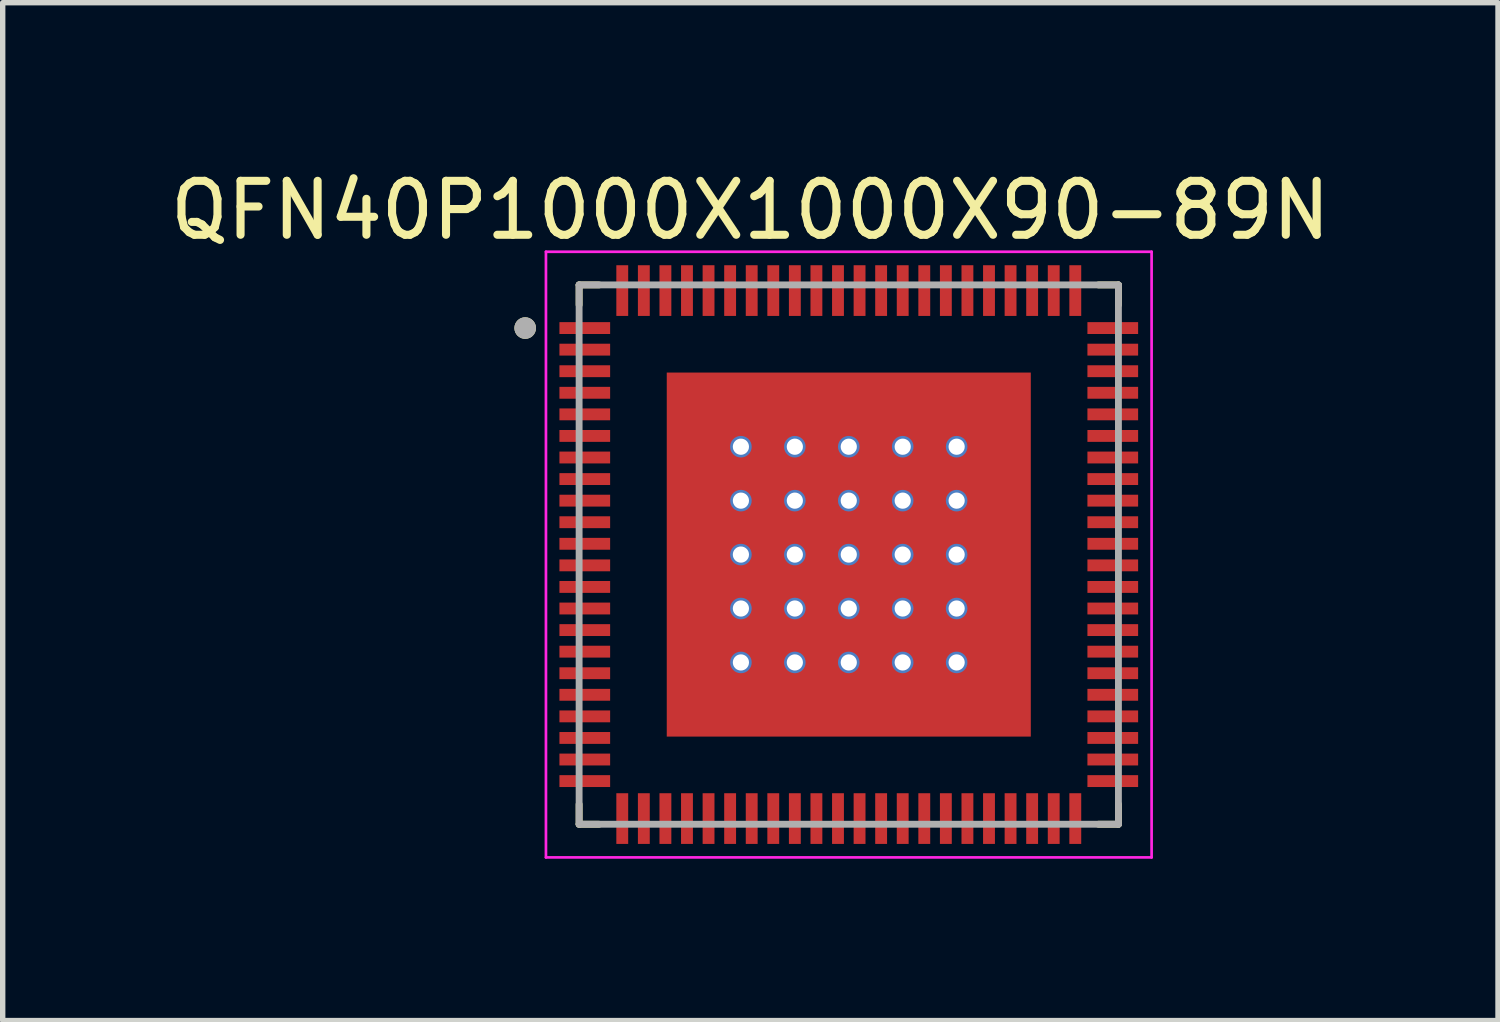
<source format=kicad_pcb>
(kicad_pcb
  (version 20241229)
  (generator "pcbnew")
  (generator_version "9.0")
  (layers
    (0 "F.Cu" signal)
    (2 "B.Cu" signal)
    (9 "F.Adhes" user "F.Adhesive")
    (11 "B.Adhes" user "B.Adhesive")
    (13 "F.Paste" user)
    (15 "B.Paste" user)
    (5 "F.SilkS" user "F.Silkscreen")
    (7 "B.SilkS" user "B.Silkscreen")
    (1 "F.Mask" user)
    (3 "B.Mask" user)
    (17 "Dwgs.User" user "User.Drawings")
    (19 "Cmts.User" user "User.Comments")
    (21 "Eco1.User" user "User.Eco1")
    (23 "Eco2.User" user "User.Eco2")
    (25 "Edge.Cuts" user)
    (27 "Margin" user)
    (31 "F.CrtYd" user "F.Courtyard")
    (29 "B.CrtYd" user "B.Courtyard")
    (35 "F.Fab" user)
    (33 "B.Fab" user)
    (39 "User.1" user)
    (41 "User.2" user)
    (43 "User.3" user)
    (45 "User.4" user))
  (footprint "QFN40P1000X1000X90-89N"
    (layer "F.Cu")
    (at 12.688 7.233)
    (property "Reference" "QFN40P1000X1000X90-89N" (at -1.825 -6.385 0) (layer "F.SilkS") (effects (font (size 1 1) (thickness 0.15))))
    (attr smd)
    (fp_poly (pts (xy -5.415 -4.36) (xy -4.375 -4.36) (xy -4.375 -4.04) (xy -5.415 -4.04)) (stroke (width 0.01) (type solid)) (fill yes) (layer "F.Mask"))
    (fp_poly (pts (xy -5.415 -3.96) (xy -4.375 -3.96) (xy -4.375 -3.64) (xy -5.415 -3.64)) (stroke (width 0.01) (type solid)) (fill yes) (layer "F.Mask"))
    (fp_poly (pts (xy -5.415 -3.56) (xy -4.375 -3.56) (xy -4.375 -3.24) (xy -5.415 -3.24)) (stroke (width 0.01) (type solid)) (fill yes) (layer "F.Mask"))
    (fp_poly (pts (xy -5.415 -3.16) (xy -4.375 -3.16) (xy -4.375 -2.84) (xy -5.415 -2.84)) (stroke (width 0.01) (type solid)) (fill yes) (layer "F.Mask"))
    (fp_poly (pts (xy -5.415 -2.76) (xy -4.375 -2.76) (xy -4.375 -2.44) (xy -5.415 -2.44)) (stroke (width 0.01) (type solid)) (fill yes) (layer "F.Mask"))
    (fp_poly (pts (xy -5.415 -2.36) (xy -4.375 -2.36) (xy -4.375 -2.04) (xy -5.415 -2.04)) (stroke (width 0.01) (type solid)) (fill yes) (layer "F.Mask"))
    (fp_poly (pts (xy -5.415 -1.96) (xy -4.375 -1.96) (xy -4.375 -1.64) (xy -5.415 -1.64)) (stroke (width 0.01) (type solid)) (fill yes) (layer "F.Mask"))
    (fp_poly (pts (xy -5.415 -1.56) (xy -4.375 -1.56) (xy -4.375 -1.24) (xy -5.415 -1.24)) (stroke (width 0.01) (type solid)) (fill yes) (layer "F.Mask"))
    (fp_poly (pts (xy -5.415 -1.16) (xy -4.375 -1.16) (xy -4.375 -0.84) (xy -5.415 -0.84)) (stroke (width 0.01) (type solid)) (fill yes) (layer "F.Mask"))
    (fp_poly (pts (xy -5.415 -0.76) (xy -4.375 -0.76) (xy -4.375 -0.44) (xy -5.415 -0.44)) (stroke (width 0.01) (type solid)) (fill yes) (layer "F.Mask"))
    (fp_poly (pts (xy -5.415 -0.36) (xy -4.375 -0.36) (xy -4.375 -0.04) (xy -5.415 -0.04)) (stroke (width 0.01) (type solid)) (fill yes) (layer "F.Mask"))
    (fp_poly (pts (xy -5.415 0.04) (xy -4.375 0.04) (xy -4.375 0.36) (xy -5.415 0.36)) (stroke (width 0.01) (type solid)) (fill yes) (layer "F.Mask"))
    (fp_poly (pts (xy -5.415 0.44) (xy -4.375 0.44) (xy -4.375 0.76) (xy -5.415 0.76)) (stroke (width 0.01) (type solid)) (fill yes) (layer "F.Mask"))
    (fp_poly (pts (xy -5.415 0.84) (xy -4.375 0.84) (xy -4.375 1.16) (xy -5.415 1.16)) (stroke (width 0.01) (type solid)) (fill yes) (layer "F.Mask"))
    (fp_poly (pts (xy -5.415 1.24) (xy -4.375 1.24) (xy -4.375 1.56) (xy -5.415 1.56)) (stroke (width 0.01) (type solid)) (fill yes) (layer "F.Mask"))
    (fp_poly (pts (xy -5.415 1.64) (xy -4.375 1.64) (xy -4.375 1.96) (xy -5.415 1.96)) (stroke (width 0.01) (type solid)) (fill yes) (layer "F.Mask"))
    (fp_poly (pts (xy -5.415 2.04) (xy -4.375 2.04) (xy -4.375 2.36) (xy -5.415 2.36)) (stroke (width 0.01) (type solid)) (fill yes) (layer "F.Mask"))
    (fp_poly (pts (xy -5.415 2.44) (xy -4.375 2.44) (xy -4.375 2.76) (xy -5.415 2.76)) (stroke (width 0.01) (type solid)) (fill yes) (layer "F.Mask"))
    (fp_poly (pts (xy -5.415 2.84) (xy -4.375 2.84) (xy -4.375 3.16) (xy -5.415 3.16)) (stroke (width 0.01) (type solid)) (fill yes) (layer "F.Mask"))
    (fp_poly (pts (xy -5.415 3.24) (xy -4.375 3.24) (xy -4.375 3.56) (xy -5.415 3.56)) (stroke (width 0.01) (type solid)) (fill yes) (layer "F.Mask"))
    (fp_poly (pts (xy -5.415 3.64) (xy -4.375 3.64) (xy -4.375 3.96) (xy -5.415 3.96)) (stroke (width 0.01) (type solid)) (fill yes) (layer "F.Mask"))
    (fp_poly (pts (xy -5.415 4.04) (xy -4.375 4.04) (xy -4.375 4.36) (xy -5.415 4.36)) (stroke (width 0.01) (type solid)) (fill yes) (layer "F.Mask"))
    (fp_poly (pts (xy -4.36 5.415) (xy -4.36 4.375) (xy -4.04 4.375) (xy -4.04 5.415)) (stroke (width 0.01) (type solid)) (fill yes) (layer "F.Mask"))
    (fp_poly (pts (xy -4.04 -5.415) (xy -4.04 -4.375) (xy -4.36 -4.375) (xy -4.36 -5.415)) (stroke (width 0.01) (type solid)) (fill yes) (layer "F.Mask"))
    (fp_poly (pts (xy -3.96 5.415) (xy -3.96 4.375) (xy -3.64 4.375) (xy -3.64 5.415)) (stroke (width 0.01) (type solid)) (fill yes) (layer "F.Mask"))
    (fp_poly (pts (xy -3.64 -5.415) (xy -3.64 -4.375) (xy -3.96 -4.375) (xy -3.96 -5.415)) (stroke (width 0.01) (type solid)) (fill yes) (layer "F.Mask"))
    (fp_poly (pts (xy -3.56 5.415) (xy -3.56 4.375) (xy -3.24 4.375) (xy -3.24 5.415)) (stroke (width 0.01) (type solid)) (fill yes) (layer "F.Mask"))
    (fp_poly (pts (xy -3.24 -5.415) (xy -3.24 -4.375) (xy -3.56 -4.375) (xy -3.56 -5.415)) (stroke (width 0.01) (type solid)) (fill yes) (layer "F.Mask"))
    (fp_poly (pts (xy -3.16 5.415) (xy -3.16 4.375) (xy -2.84 4.375) (xy -2.84 5.415)) (stroke (width 0.01) (type solid)) (fill yes) (layer "F.Mask"))
    (fp_poly (pts (xy -2.84 -5.415) (xy -2.84 -4.375) (xy -3.16 -4.375) (xy -3.16 -5.415)) (stroke (width 0.01) (type solid)) (fill yes) (layer "F.Mask"))
    (fp_poly (pts (xy -2.76 5.415) (xy -2.76 4.375) (xy -2.44 4.375) (xy -2.44 5.415)) (stroke (width 0.01) (type solid)) (fill yes) (layer "F.Mask"))
    (fp_poly (pts (xy -2.44 -5.415) (xy -2.44 -4.375) (xy -2.76 -4.375) (xy -2.76 -5.415)) (stroke (width 0.01) (type solid)) (fill yes) (layer "F.Mask"))
    (fp_poly (pts (xy -2.36 5.415) (xy -2.36 4.375) (xy -2.04 4.375) (xy -2.04 5.415)) (stroke (width 0.01) (type solid)) (fill yes) (layer "F.Mask"))
    (fp_poly (pts (xy -2.04 -5.415) (xy -2.04 -4.375) (xy -2.36 -4.375) (xy -2.36 -5.415)) (stroke (width 0.01) (type solid)) (fill yes) (layer "F.Mask"))
    (fp_poly (pts (xy -1.96 5.415) (xy -1.96 4.375) (xy -1.64 4.375) (xy -1.64 5.415)) (stroke (width 0.01) (type solid)) (fill yes) (layer "F.Mask"))
    (fp_poly (pts (xy -1.64 -5.415) (xy -1.64 -4.375) (xy -1.96 -4.375) (xy -1.96 -5.415)) (stroke (width 0.01) (type solid)) (fill yes) (layer "F.Mask"))
    (fp_poly (pts (xy -1.56 5.415) (xy -1.56 4.375) (xy -1.24 4.375) (xy -1.24 5.415)) (stroke (width 0.01) (type solid)) (fill yes) (layer "F.Mask"))
    (fp_poly (pts (xy -1.24 -5.415) (xy -1.24 -4.375) (xy -1.56 -4.375) (xy -1.56 -5.415)) (stroke (width 0.01) (type solid)) (fill yes) (layer "F.Mask"))
    (fp_poly (pts (xy -1.16 5.415) (xy -1.16 4.375) (xy -0.84 4.375) (xy -0.84 5.415)) (stroke (width 0.01) (type solid)) (fill yes) (layer "F.Mask"))
    (fp_poly (pts (xy -0.84 -5.415) (xy -0.84 -4.375) (xy -1.16 -4.375) (xy -1.16 -5.415)) (stroke (width 0.01) (type solid)) (fill yes) (layer "F.Mask"))
    (fp_poly (pts (xy -0.76 5.415) (xy -0.76 4.375) (xy -0.44 4.375) (xy -0.44 5.415)) (stroke (width 0.01) (type solid)) (fill yes) (layer "F.Mask"))
    (fp_poly (pts (xy -0.44 -5.415) (xy -0.44 -4.375) (xy -0.76 -4.375) (xy -0.76 -5.415)) (stroke (width 0.01) (type solid)) (fill yes) (layer "F.Mask"))
    (fp_poly (pts (xy -0.36 5.415) (xy -0.36 4.375) (xy -0.04 4.375) (xy -0.04 5.415)) (stroke (width 0.01) (type solid)) (fill yes) (layer "F.Mask"))
    (fp_poly (pts (xy -0.04 -5.415) (xy -0.04 -4.375) (xy -0.36 -4.375) (xy -0.36 -5.415)) (stroke (width 0.01) (type solid)) (fill yes) (layer "F.Mask"))
    (fp_poly (pts (xy 0.04 5.415) (xy 0.04 4.375) (xy 0.36 4.375) (xy 0.36 5.415)) (stroke (width 0.01) (type solid)) (fill yes) (layer "F.Mask"))
    (fp_poly (pts (xy 0.36 -5.415) (xy 0.36 -4.375) (xy 0.04 -4.375) (xy 0.04 -5.415)) (stroke (width 0.01) (type solid)) (fill yes) (layer "F.Mask"))
    (fp_poly (pts (xy 0.44 5.415) (xy 0.44 4.375) (xy 0.76 4.375) (xy 0.76 5.415)) (stroke (width 0.01) (type solid)) (fill yes) (layer "F.Mask"))
    (fp_poly (pts (xy 0.76 -5.415) (xy 0.76 -4.375) (xy 0.44 -4.375) (xy 0.44 -5.415)) (stroke (width 0.01) (type solid)) (fill yes) (layer "F.Mask"))
    (fp_poly (pts (xy 0.84 5.415) (xy 0.84 4.375) (xy 1.16 4.375) (xy 1.16 5.415)) (stroke (width 0.01) (type solid)) (fill yes) (layer "F.Mask"))
    (fp_poly (pts (xy 1.16 -5.415) (xy 1.16 -4.375) (xy 0.84 -4.375) (xy 0.84 -5.415)) (stroke (width 0.01) (type solid)) (fill yes) (layer "F.Mask"))
    (fp_poly (pts (xy 1.24 5.415) (xy 1.24 4.375) (xy 1.56 4.375) (xy 1.56 5.415)) (stroke (width 0.01) (type solid)) (fill yes) (layer "F.Mask"))
    (fp_poly (pts (xy 1.56 -5.415) (xy 1.56 -4.375) (xy 1.24 -4.375) (xy 1.24 -5.415)) (stroke (width 0.01) (type solid)) (fill yes) (layer "F.Mask"))
    (fp_poly (pts (xy 1.64 5.415) (xy 1.64 4.375) (xy 1.96 4.375) (xy 1.96 5.415)) (stroke (width 0.01) (type solid)) (fill yes) (layer "F.Mask"))
    (fp_poly (pts (xy 1.96 -5.415) (xy 1.96 -4.375) (xy 1.64 -4.375) (xy 1.64 -5.415)) (stroke (width 0.01) (type solid)) (fill yes) (layer "F.Mask"))
    (fp_poly (pts (xy 2.04 5.415) (xy 2.04 4.375) (xy 2.36 4.375) (xy 2.36 5.415)) (stroke (width 0.01) (type solid)) (fill yes) (layer "F.Mask"))
    (fp_poly (pts (xy 2.36 -5.415) (xy 2.36 -4.375) (xy 2.04 -4.375) (xy 2.04 -5.415)) (stroke (width 0.01) (type solid)) (fill yes) (layer "F.Mask"))
    (fp_poly (pts (xy 2.44 5.415) (xy 2.44 4.375) (xy 2.76 4.375) (xy 2.76 5.415)) (stroke (width 0.01) (type solid)) (fill yes) (layer "F.Mask"))
    (fp_poly (pts (xy 2.76 -5.415) (xy 2.76 -4.375) (xy 2.44 -4.375) (xy 2.44 -5.415)) (stroke (width 0.01) (type solid)) (fill yes) (layer "F.Mask"))
    (fp_poly (pts (xy 2.84 5.415) (xy 2.84 4.375) (xy 3.16 4.375) (xy 3.16 5.415)) (stroke (width 0.01) (type solid)) (fill yes) (layer "F.Mask"))
    (fp_poly (pts (xy 3.16 -5.415) (xy 3.16 -4.375) (xy 2.84 -4.375) (xy 2.84 -5.415)) (stroke (width 0.01) (type solid)) (fill yes) (layer "F.Mask"))
    (fp_poly (pts (xy 3.24 5.415) (xy 3.24 4.375) (xy 3.56 4.375) (xy 3.56 5.415)) (stroke (width 0.01) (type solid)) (fill yes) (layer "F.Mask"))
    (fp_poly (pts (xy 3.56 -5.415) (xy 3.56 -4.375) (xy 3.24 -4.375) (xy 3.24 -5.415)) (stroke (width 0.01) (type solid)) (fill yes) (layer "F.Mask"))
    (fp_poly (pts (xy 3.64 5.415) (xy 3.64 4.375) (xy 3.96 4.375) (xy 3.96 5.415)) (stroke (width 0.01) (type solid)) (fill yes) (layer "F.Mask"))
    (fp_poly (pts (xy 3.96 -5.415) (xy 3.96 -4.375) (xy 3.64 -4.375) (xy 3.64 -5.415)) (stroke (width 0.01) (type solid)) (fill yes) (layer "F.Mask"))
    (fp_poly (pts (xy 4.04 5.415) (xy 4.04 4.375) (xy 4.36 4.375) (xy 4.36 5.415)) (stroke (width 0.01) (type solid)) (fill yes) (layer "F.Mask"))
    (fp_poly (pts (xy 4.36 -5.415) (xy 4.36 -4.375) (xy 4.04 -4.375) (xy 4.04 -5.415)) (stroke (width 0.01) (type solid)) (fill yes) (layer "F.Mask"))
    (fp_poly (pts (xy 5.415 -4.04) (xy 4.375 -4.04) (xy 4.375 -4.36) (xy 5.415 -4.36)) (stroke (width 0.01) (type solid)) (fill yes) (layer "F.Mask"))
    (fp_poly (pts (xy 5.415 -3.64) (xy 4.375 -3.64) (xy 4.375 -3.96) (xy 5.415 -3.96)) (stroke (width 0.01) (type solid)) (fill yes) (layer "F.Mask"))
    (fp_poly (pts (xy 5.415 -3.24) (xy 4.375 -3.24) (xy 4.375 -3.56) (xy 5.415 -3.56)) (stroke (width 0.01) (type solid)) (fill yes) (layer "F.Mask"))
    (fp_poly (pts (xy 5.415 -2.84) (xy 4.375 -2.84) (xy 4.375 -3.16) (xy 5.415 -3.16)) (stroke (width 0.01) (type solid)) (fill yes) (layer "F.Mask"))
    (fp_poly (pts (xy 5.415 -2.44) (xy 4.375 -2.44) (xy 4.375 -2.76) (xy 5.415 -2.76)) (stroke (width 0.01) (type solid)) (fill yes) (layer "F.Mask"))
    (fp_poly (pts (xy 5.415 -2.04) (xy 4.375 -2.04) (xy 4.375 -2.36) (xy 5.415 -2.36)) (stroke (width 0.01) (type solid)) (fill yes) (layer "F.Mask"))
    (fp_poly (pts (xy 5.415 -1.64) (xy 4.375 -1.64) (xy 4.375 -1.96) (xy 5.415 -1.96)) (stroke (width 0.01) (type solid)) (fill yes) (layer "F.Mask"))
    (fp_poly (pts (xy 5.415 -1.24) (xy 4.375 -1.24) (xy 4.375 -1.56) (xy 5.415 -1.56)) (stroke (width 0.01) (type solid)) (fill yes) (layer "F.Mask"))
    (fp_poly (pts (xy 5.415 -0.84) (xy 4.375 -0.84) (xy 4.375 -1.16) (xy 5.415 -1.16)) (stroke (width 0.01) (type solid)) (fill yes) (layer "F.Mask"))
    (fp_poly (pts (xy 5.415 -0.44) (xy 4.375 -0.44) (xy 4.375 -0.76) (xy 5.415 -0.76)) (stroke (width 0.01) (type solid)) (fill yes) (layer "F.Mask"))
    (fp_poly (pts (xy 5.415 -0.04) (xy 4.375 -0.04) (xy 4.375 -0.36) (xy 5.415 -0.36)) (stroke (width 0.01) (type solid)) (fill yes) (layer "F.Mask"))
    (fp_poly (pts (xy 5.415 0.36) (xy 4.375 0.36) (xy 4.375 0.04) (xy 5.415 0.04)) (stroke (width 0.01) (type solid)) (fill yes) (layer "F.Mask"))
    (fp_poly (pts (xy 5.415 0.76) (xy 4.375 0.76) (xy 4.375 0.44) (xy 5.415 0.44)) (stroke (width 0.01) (type solid)) (fill yes) (layer "F.Mask"))
    (fp_poly (pts (xy 5.415 1.16) (xy 4.375 1.16) (xy 4.375 0.84) (xy 5.415 0.84)) (stroke (width 0.01) (type solid)) (fill yes) (layer "F.Mask"))
    (fp_poly (pts (xy 5.415 1.56) (xy 4.375 1.56) (xy 4.375 1.24) (xy 5.415 1.24)) (stroke (width 0.01) (type solid)) (fill yes) (layer "F.Mask"))
    (fp_poly (pts (xy 5.415 1.96) (xy 4.375 1.96) (xy 4.375 1.64) (xy 5.415 1.64)) (stroke (width 0.01) (type solid)) (fill yes) (layer "F.Mask"))
    (fp_poly (pts (xy 5.415 2.36) (xy 4.375 2.36) (xy 4.375 2.04) (xy 5.415 2.04)) (stroke (width 0.01) (type solid)) (fill yes) (layer "F.Mask"))
    (fp_poly (pts (xy 5.415 2.76) (xy 4.375 2.76) (xy 4.375 2.44) (xy 5.415 2.44)) (stroke (width 0.01) (type solid)) (fill yes) (layer "F.Mask"))
    (fp_poly (pts (xy 5.415 3.16) (xy 4.375 3.16) (xy 4.375 2.84) (xy 5.415 2.84)) (stroke (width 0.01) (type solid)) (fill yes) (layer "F.Mask"))
    (fp_poly (pts (xy 5.415 3.56) (xy 4.375 3.56) (xy 4.375 3.24) (xy 5.415 3.24)) (stroke (width 0.01) (type solid)) (fill yes) (layer "F.Mask"))
    (fp_poly (pts (xy 5.415 3.96) (xy 4.375 3.96) (xy 4.375 3.64) (xy 5.415 3.64)) (stroke (width 0.01) (type solid)) (fill yes) (layer "F.Mask"))
    (fp_poly (pts (xy 5.415 4.36) (xy 4.375 4.36) (xy 4.375 4.04) (xy 5.415 4.04)) (stroke (width 0.01) (type solid)) (fill yes) (layer "F.Mask"))
    (fp_line (start -5 -5) (end -5 -4.63) (stroke (width 0.127) (type solid)) (layer "F.SilkS"))
    (fp_line (start -5 -5) (end -4.63 -5) (stroke (width 0.127) (type solid)) (layer "F.SilkS"))
    (fp_line (start -5 5) (end -5 4.63) (stroke (width 0.127) (type solid)) (layer "F.SilkS"))
    (fp_line (start -5 5) (end -4.63 5) (stroke (width 0.127) (type solid)) (layer "F.SilkS"))
    (fp_line (start 5 -5) (end 4.63 -5) (stroke (width 0.127) (type solid)) (layer "F.SilkS"))
    (fp_line (start 5 -5) (end 5 -4.63) (stroke (width 0.127) (type solid)) (layer "F.SilkS"))
    (fp_line (start 5 5) (end 4.63 5) (stroke (width 0.127) (type solid)) (layer "F.SilkS"))
    (fp_line (start 5 5) (end 5 4.63) (stroke (width 0.127) (type solid)) (layer "F.SilkS"))
    (fp_circle (center -6 -4.2) (end -5.9 -4.2) (stroke (width 0.2) (type solid)) (fill no) (layer "F.SilkS"))
    (fp_poly (pts (xy -3.073 -3.073) (xy -0.15 -3.073) (xy -0.15 -0.15) (xy -3.073 -0.15)) (stroke (width 0.01) (type solid)) (fill yes) (layer "F.Paste"))
    (fp_poly (pts (xy -3.073 0.15) (xy -0.15 0.15) (xy -0.15 3.073) (xy -3.073 3.073)) (stroke (width 0.01) (type solid)) (fill yes) (layer "F.Paste"))
    (fp_poly (pts (xy 0.15 -3.073) (xy 3.073 -3.073) (xy 3.073 -0.15) (xy 0.15 -0.15)) (stroke (width 0.01) (type solid)) (fill yes) (layer "F.Paste"))
    (fp_poly (pts (xy 0.15 0.15) (xy 3.073 0.15) (xy 3.073 3.073) (xy 0.15 3.073)) (stroke (width 0.01) (type solid)) (fill yes) (layer "F.Paste"))
    (fp_line (start -5.615 -5.615) (end 5.615 -5.615) (stroke (width 0.05) (type solid)) (layer "F.CrtYd"))
    (fp_line (start -5.615 5.615) (end -5.615 -5.615) (stroke (width 0.05) (type solid)) (layer "F.CrtYd"))
    (fp_line (start -5.615 5.615) (end 5.615 5.615) (stroke (width 0.05) (type solid)) (layer "F.CrtYd"))
    (fp_line (start 5.615 5.615) (end 5.615 -5.615) (stroke (width 0.05) (type solid)) (layer "F.CrtYd"))
    (fp_line (start -5 5) (end -5 -5) (stroke (width 0.127) (type solid)) (layer "F.Fab"))
    (fp_line (start 5 -5) (end -5 -5) (stroke (width 0.127) (type solid)) (layer "F.Fab"))
    (fp_line (start 5 5) (end -5 5) (stroke (width 0.127) (type solid)) (layer "F.Fab"))
    (fp_line (start 5 5) (end 5 -5) (stroke (width 0.127) (type solid)) (layer "F.Fab"))
    (fp_circle (center -6 -4.2) (end -5.9 -4.2) (stroke (width 0.2) (type solid)) (fill no) (layer "F.Fab"))
    (pad "1" smd rect (at -4.895 -4.2) (size 0.94 0.22) (layers "F.Cu" "F.Paste"))
    (pad "2" smd rect (at -4.895 -3.8) (size 0.94 0.22) (layers "F.Cu" "F.Paste"))
    (pad "3" smd rect (at -4.895 -3.4) (size 0.94 0.22) (layers "F.Cu" "F.Paste"))
    (pad "4" smd rect (at -4.895 -3) (size 0.94 0.22) (layers "F.Cu" "F.Paste"))
    (pad "5" smd rect (at -4.895 -2.6) (size 0.94 0.22) (layers "F.Cu" "F.Paste"))
    (pad "6" smd rect (at -4.895 -2.2) (size 0.94 0.22) (layers "F.Cu" "F.Paste"))
    (pad "7" smd rect (at -4.895 -1.8) (size 0.94 0.22) (layers "F.Cu" "F.Paste"))
    (pad "8" smd rect (at -4.895 -1.4) (size 0.94 0.22) (layers "F.Cu" "F.Paste"))
    (pad "9" smd rect (at -4.895 -1) (size 0.94 0.22) (layers "F.Cu" "F.Paste"))
    (pad "10" smd rect (at -4.895 -0.6) (size 0.94 0.22) (layers "F.Cu" "F.Paste"))
    (pad "11" smd rect (at -4.895 -0.2) (size 0.94 0.22) (layers "F.Cu" "F.Paste"))
    (pad "12" smd rect (at -4.895 0.2) (size 0.94 0.22) (layers "F.Cu" "F.Paste"))
    (pad "13" smd rect (at -4.895 0.6) (size 0.94 0.22) (layers "F.Cu" "F.Paste"))
    (pad "14" smd rect (at -4.895 1) (size 0.94 0.22) (layers "F.Cu" "F.Paste"))
    (pad "15" smd rect (at -4.895 1.4) (size 0.94 0.22) (layers "F.Cu" "F.Paste"))
    (pad "16" smd rect (at -4.895 1.8) (size 0.94 0.22) (layers "F.Cu" "F.Paste"))
    (pad "17" smd rect (at -4.895 2.2) (size 0.94 0.22) (layers "F.Cu" "F.Paste"))
    (pad "18" smd rect (at -4.895 2.6) (size 0.94 0.22) (layers "F.Cu" "F.Paste"))
    (pad "19" smd rect (at -4.895 3) (size 0.94 0.22) (layers "F.Cu" "F.Paste"))
    (pad "20" smd rect (at -4.895 3.4) (size 0.94 0.22) (layers "F.Cu" "F.Paste"))
    (pad "21" smd rect (at -4.895 3.8) (size 0.94 0.22) (layers "F.Cu" "F.Paste"))
    (pad "22" smd rect (at -4.895 4.2) (size 0.94 0.22) (layers "F.Cu" "F.Paste"))
    (pad "23" smd rect (at -4.2 4.895) (size 0.22 0.94) (layers "F.Cu" "F.Paste"))
    (pad "24" smd rect (at -3.8 4.895) (size 0.22 0.94) (layers "F.Cu" "F.Paste"))
    (pad "25" smd rect (at -3.4 4.895) (size 0.22 0.94) (layers "F.Cu" "F.Paste"))
    (pad "26" smd rect (at -3 4.895) (size 0.22 0.94) (layers "F.Cu" "F.Paste"))
    (pad "27" smd rect (at -2.6 4.895) (size 0.22 0.94) (layers "F.Cu" "F.Paste"))
    (pad "28" smd rect (at -2.2 4.895) (size 0.22 0.94) (layers "F.Cu" "F.Paste"))
    (pad "29" smd rect (at -1.8 4.895) (size 0.22 0.94) (layers "F.Cu" "F.Paste"))
    (pad "30" smd rect (at -1.4 4.895) (size 0.22 0.94) (layers "F.Cu" "F.Paste"))
    (pad "31" smd rect (at -1 4.895) (size 0.22 0.94) (layers "F.Cu" "F.Paste"))
    (pad "32" smd rect (at -0.6 4.895) (size 0.22 0.94) (layers "F.Cu" "F.Paste"))
    (pad "33" smd rect (at -0.2 4.895) (size 0.22 0.94) (layers "F.Cu" "F.Paste"))
    (pad "34" smd rect (at 0.2 4.895) (size 0.22 0.94) (layers "F.Cu" "F.Paste"))
    (pad "35" smd rect (at 0.6 4.895) (size 0.22 0.94) (layers "F.Cu" "F.Paste"))
    (pad "36" smd rect (at 1 4.895) (size 0.22 0.94) (layers "F.Cu" "F.Paste"))
    (pad "37" smd rect (at 1.4 4.895) (size 0.22 0.94) (layers "F.Cu" "F.Paste"))
    (pad "38" smd rect (at 1.8 4.895) (size 0.22 0.94) (layers "F.Cu" "F.Paste"))
    (pad "39" smd rect (at 2.2 4.895) (size 0.22 0.94) (layers "F.Cu" "F.Paste"))
    (pad "40" smd rect (at 2.6 4.895) (size 0.22 0.94) (layers "F.Cu" "F.Paste"))
    (pad "41" smd rect (at 3 4.895) (size 0.22 0.94) (layers "F.Cu" "F.Paste"))
    (pad "42" smd rect (at 3.4 4.895) (size 0.22 0.94) (layers "F.Cu" "F.Paste"))
    (pad "43" smd rect (at 3.8 4.895) (size 0.22 0.94) (layers "F.Cu" "F.Paste"))
    (pad "44" smd rect (at 4.2 4.895) (size 0.22 0.94) (layers "F.Cu" "F.Paste"))
    (pad "45" smd rect (at 4.895 4.2) (size 0.94 0.22) (layers "F.Cu" "F.Paste"))
    (pad "46" smd rect (at 4.895 3.8) (size 0.94 0.22) (layers "F.Cu" "F.Paste"))
    (pad "47" smd rect (at 4.895 3.4) (size 0.94 0.22) (layers "F.Cu" "F.Paste"))
    (pad "48" smd rect (at 4.895 3) (size 0.94 0.22) (layers "F.Cu" "F.Paste"))
    (pad "49" smd rect (at 4.895 2.6) (size 0.94 0.22) (layers "F.Cu" "F.Paste"))
    (pad "50" smd rect (at 4.895 2.2) (size 0.94 0.22) (layers "F.Cu" "F.Paste"))
    (pad "51" smd rect (at 4.895 1.8) (size 0.94 0.22) (layers "F.Cu" "F.Paste"))
    (pad "52" smd rect (at 4.895 1.4) (size 0.94 0.22) (layers "F.Cu" "F.Paste"))
    (pad "53" smd rect (at 4.895 1) (size 0.94 0.22) (layers "F.Cu" "F.Paste"))
    (pad "54" smd rect (at 4.895 0.6) (size 0.94 0.22) (layers "F.Cu" "F.Paste"))
    (pad "55" smd rect (at 4.895 0.2) (size 0.94 0.22) (layers "F.Cu" "F.Paste"))
    (pad "56" smd rect (at 4.895 -0.2) (size 0.94 0.22) (layers "F.Cu" "F.Paste"))
    (pad "57" smd rect (at 4.895 -0.6) (size 0.94 0.22) (layers "F.Cu" "F.Paste"))
    (pad "58" smd rect (at 4.895 -1) (size 0.94 0.22) (layers "F.Cu" "F.Paste"))
    (pad "59" smd rect (at 4.895 -1.4) (size 0.94 0.22) (layers "F.Cu" "F.Paste"))
    (pad "60" smd rect (at 4.895 -1.8) (size 0.94 0.22) (layers "F.Cu" "F.Paste"))
    (pad "61" smd rect (at 4.895 -2.2) (size 0.94 0.22) (layers "F.Cu" "F.Paste"))
    (pad "62" smd rect (at 4.895 -2.6) (size 0.94 0.22) (layers "F.Cu" "F.Paste"))
    (pad "63" smd rect (at 4.895 -3) (size 0.94 0.22) (layers "F.Cu" "F.Paste"))
    (pad "64" smd rect (at 4.895 -3.4) (size 0.94 0.22) (layers "F.Cu" "F.Paste"))
    (pad "65" smd rect (at 4.895 -3.8) (size 0.94 0.22) (layers "F.Cu" "F.Paste"))
    (pad "66" smd rect (at 4.895 -4.2) (size 0.94 0.22) (layers "F.Cu" "F.Paste"))
    (pad "67" smd rect (at 4.2 -4.895) (size 0.22 0.94) (layers "F.Cu" "F.Paste"))
    (pad "68" smd rect (at 3.8 -4.895) (size 0.22 0.94) (layers "F.Cu" "F.Paste"))
    (pad "69" smd rect (at 3.4 -4.895) (size 0.22 0.94) (layers "F.Cu" "F.Paste"))
    (pad "70" smd rect (at 3 -4.895) (size 0.22 0.94) (layers "F.Cu" "F.Paste"))
    (pad "71" smd rect (at 2.6 -4.895) (size 0.22 0.94) (layers "F.Cu" "F.Paste"))
    (pad "72" smd rect (at 2.2 -4.895) (size 0.22 0.94) (layers "F.Cu" "F.Paste"))
    (pad "73" smd rect (at 1.8 -4.895) (size 0.22 0.94) (layers "F.Cu" "F.Paste"))
    (pad "74" smd rect (at 1.4 -4.895) (size 0.22 0.94) (layers "F.Cu" "F.Paste"))
    (pad "75" smd rect (at 1 -4.895) (size 0.22 0.94) (layers "F.Cu" "F.Paste"))
    (pad "76" smd rect (at 0.6 -4.895) (size 0.22 0.94) (layers "F.Cu" "F.Paste"))
    (pad "77" smd rect (at 0.2 -4.895) (size 0.22 0.94) (layers "F.Cu" "F.Paste"))
    (pad "78" smd rect (at -0.2 -4.895) (size 0.22 0.94) (layers "F.Cu" "F.Paste"))
    (pad "79" smd rect (at -0.6 -4.895) (size 0.22 0.94) (layers "F.Cu" "F.Paste"))
    (pad "80" smd rect (at -1 -4.895) (size 0.22 0.94) (layers "F.Cu" "F.Paste"))
    (pad "81" smd rect (at -1.4 -4.895) (size 0.22 0.94) (layers "F.Cu" "F.Paste"))
    (pad "82" smd rect (at -1.8 -4.895) (size 0.22 0.94) (layers "F.Cu" "F.Paste"))
    (pad "83" smd rect (at -2.2 -4.895) (size 0.22 0.94) (layers "F.Cu" "F.Paste"))
    (pad "84" smd rect (at -2.6 -4.895) (size 0.22 0.94) (layers "F.Cu" "F.Paste"))
    (pad "85" smd rect (at -3 -4.895) (size 0.22 0.94) (layers "F.Cu" "F.Paste"))
    (pad "86" smd rect (at -3.4 -4.895) (size 0.22 0.94) (layers "F.Cu" "F.Paste"))
    (pad "87" smd rect (at -3.8 -4.895) (size 0.22 0.94) (layers "F.Cu" "F.Paste"))
    (pad "88" smd rect (at -4.2 -4.895) (size 0.22 0.94) (layers "F.Cu" "F.Paste"))
    (pad "89" smd rect (at 0 0) (size 6.75 6.75) (layers "F.Cu" "F.Mask"))
    (pad "90" thru_hole circle (at -2 -2) (size 0.4 0.4) (drill 0.3) (layers "*.Cu"))
    (pad "91" thru_hole circle (at -1 -2) (size 0.4 0.4) (drill 0.3) (layers "*.Cu"))
    (pad "92" thru_hole circle (at 0 -2) (size 0.4 0.4) (drill 0.3) (layers "*.Cu"))
    (pad "93" thru_hole circle (at 1 -2) (size 0.4 0.4) (drill 0.3) (layers "*.Cu"))
    (pad "94" thru_hole circle (at 2 -2) (size 0.4 0.4) (drill 0.3) (layers "*.Cu"))
    (pad "95" thru_hole circle (at -2 -1) (size 0.4 0.4) (drill 0.3) (layers "*.Cu"))
    (pad "96" thru_hole circle (at -1 -1) (size 0.4 0.4) (drill 0.3) (layers "*.Cu"))
    (pad "97" thru_hole circle (at 0 -1) (size 0.4 0.4) (drill 0.3) (layers "*.Cu"))
    (pad "98" thru_hole circle (at 1 -1) (size 0.4 0.4) (drill 0.3) (layers "*.Cu"))
    (pad "99" thru_hole circle (at 2 -1) (size 0.4 0.4) (drill 0.3) (layers "*.Cu"))
    (pad "100" thru_hole circle (at -2 0) (size 0.4 0.4) (drill 0.3) (layers "*.Cu"))
    (pad "101" thru_hole circle (at -1 0) (size 0.4 0.4) (drill 0.3) (layers "*.Cu"))
    (pad "102" thru_hole circle (at 0 0) (size 0.4 0.4) (drill 0.3) (layers "*.Cu"))
    (pad "103" thru_hole circle (at 1 0) (size 0.4 0.4) (drill 0.3) (layers "*.Cu"))
    (pad "104" thru_hole circle (at 2 0) (size 0.4 0.4) (drill 0.3) (layers "*.Cu"))
    (pad "105" thru_hole circle (at -2 1) (size 0.4 0.4) (drill 0.3) (layers "*.Cu"))
    (pad "106" thru_hole circle (at -1 1) (size 0.4 0.4) (drill 0.3) (layers "*.Cu"))
    (pad "107" thru_hole circle (at 0 1) (size 0.4 0.4) (drill 0.3) (layers "*.Cu"))
    (pad "108" thru_hole circle (at 1 1) (size 0.4 0.4) (drill 0.3) (layers "*.Cu"))
    (pad "109" thru_hole circle (at 2 1) (size 0.4 0.4) (drill 0.3) (layers "*.Cu"))
    (pad "110" thru_hole circle (at -2 2) (size 0.4 0.4) (drill 0.3) (layers "*.Cu"))
    (pad "111" thru_hole circle (at -1 2) (size 0.4 0.4) (drill 0.3) (layers "*.Cu"))
    (pad "112" thru_hole circle (at 0 2) (size 0.4 0.4) (drill 0.3) (layers "*.Cu"))
    (pad "113" thru_hole circle (at 1 2) (size 0.4 0.4) (drill 0.3) (layers "*.Cu"))
    (pad "114" thru_hole circle (at 2 2) (size 0.4 0.4) (drill 0.3) (layers "*.Cu")))
  (gr_rect
    (start -3 -3)
    (end 24.726 15.873)
    (stroke (width 0.1) (type default))
    (fill no)
    (layer "Edge.Cuts")))
</source>
